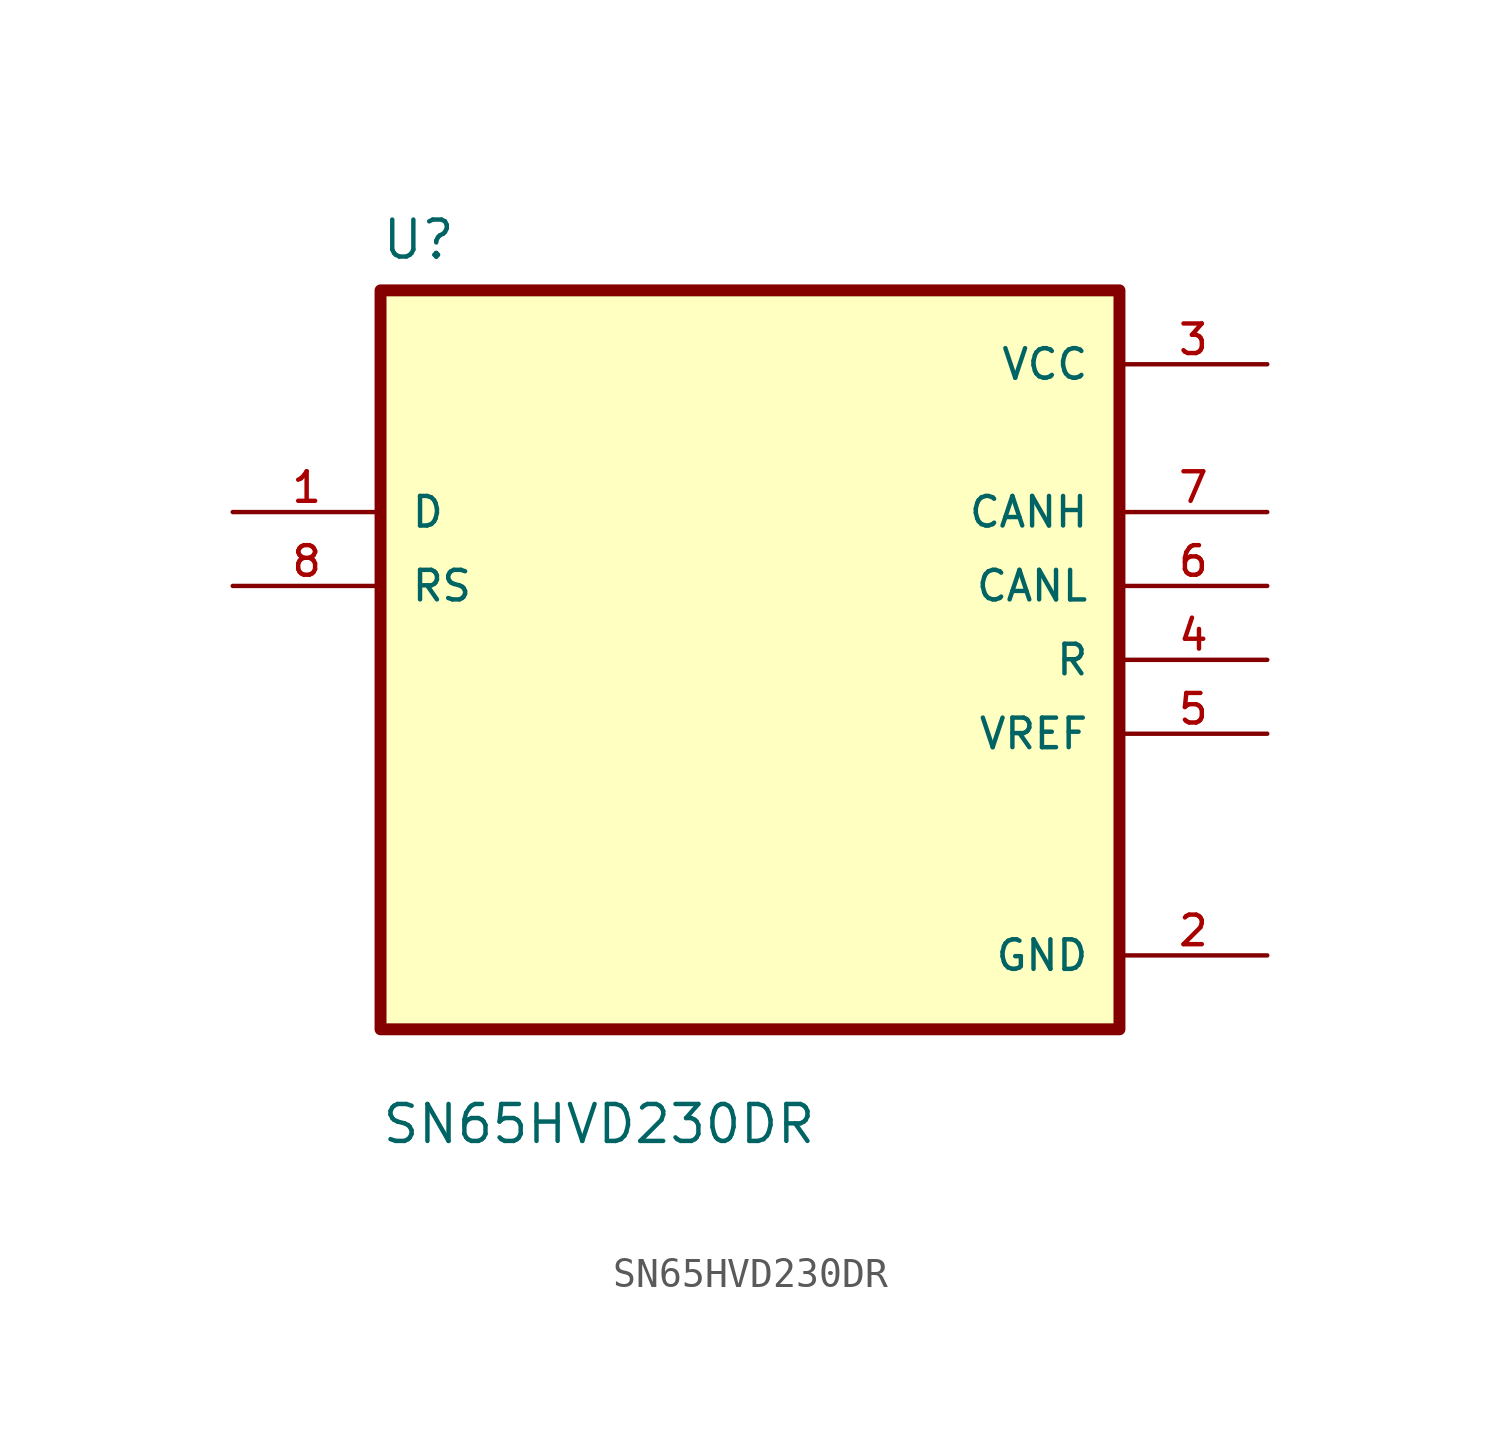
<source format=kicad_sym>
(kicad_symbol_lib
  (version 20211014)
  (generator kicad_symbol_editor)
  (symbol "SN65HVD230DR"
    (pin_names
      (offset 1.016))
    (property "Reference" "U"
      (at -12.7 13.7 0.0)
      (effects (font (size 1.27 1.27)) (justify bottom left)))
    (property "Value" "SN65HVD230DR"
      (at -12.7 -16.7 0.0)
      (effects (font (size 1.27 1.27)) (justify bottom left)))
    (symbol "SN65HVD230DR_0_0"
      (rectangle (start -12.7 -12.7) (end 12.7 12.7) (stroke (width 0.41)) (fill (type background)))
      (pin input line (at -17.78 5.08 0) (length 5.08) (name "D" (effects (font (size 1.016 1.016)))) (number "1" (effects (font (size 1.016 1.016)))))
      (pin input line (at -17.78 2.54 0) (length 5.08) (name "RS" (effects (font (size 1.016 1.016)))) (number "8" (effects (font (size 1.016 1.016)))))
      (pin power_in line (at 17.78 10.16 180.0) (length 5.08) (name "VCC" (effects (font (size 1.016 1.016)))) (number "3" (effects (font (size 1.016 1.016)))))
      (pin output line (at 17.78 5.08 180.0) (length 5.08) (name "CANH" (effects (font (size 1.016 1.016)))) (number "7" (effects (font (size 1.016 1.016)))))
      (pin output line (at 17.78 2.54 180.0) (length 5.08) (name "CANL" (effects (font (size 1.016 1.016)))) (number "6" (effects (font (size 1.016 1.016)))))
      (pin output line (at 17.78 0.0 180.0) (length 5.08) (name "R" (effects (font (size 1.016 1.016)))) (number "4" (effects (font (size 1.016 1.016)))))
      (pin output line (at 17.78 -2.54 180.0) (length 5.08) (name "VREF" (effects (font (size 1.016 1.016)))) (number "5" (effects (font (size 1.016 1.016)))))
      (pin power_in line (at 17.78 -10.16 180.0) (length 5.08) (name "GND" (effects (font (size 1.016 1.016)))) (number "2" (effects (font (size 1.016 1.016))))))))
</source>
